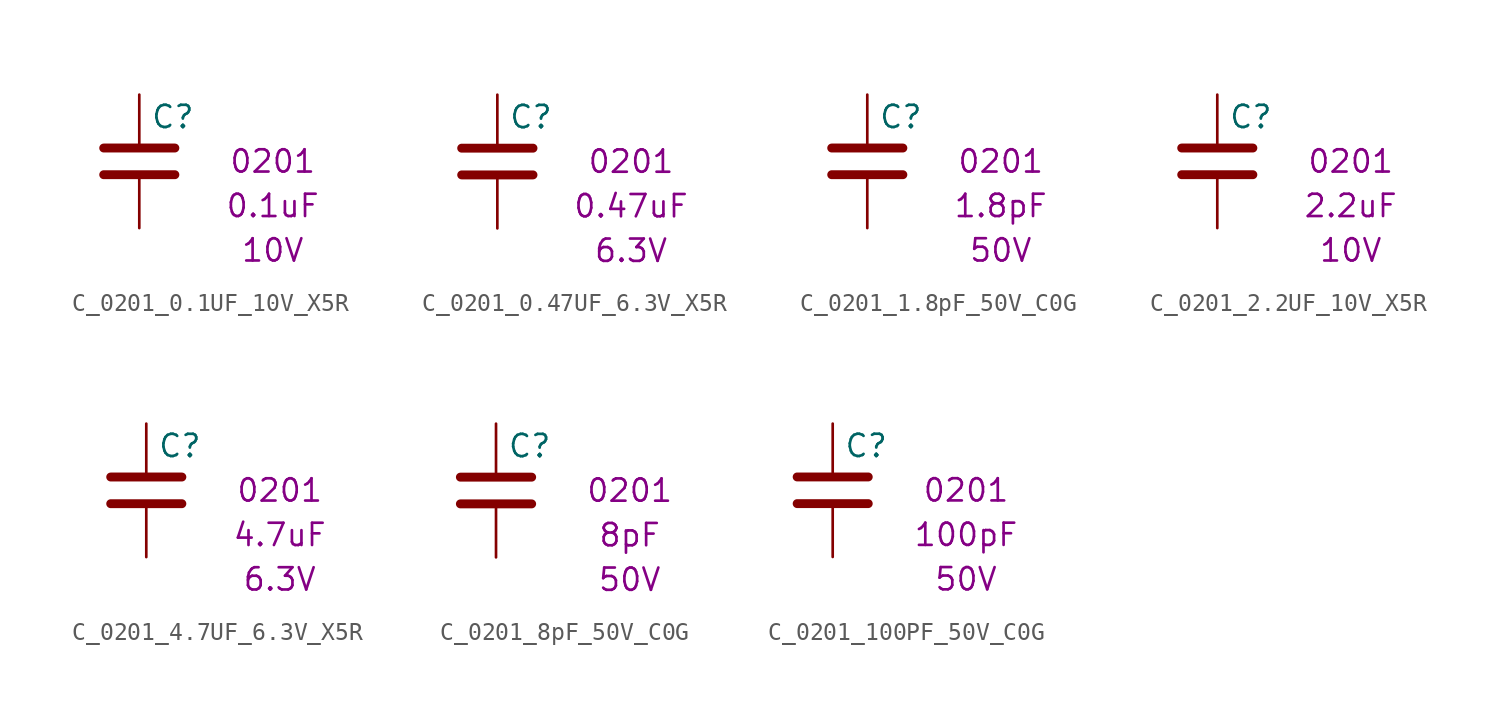
<source format=kicad_sym>
(kicad_symbol_lib
  (version 20211014)
  (generator kicad_symbol_editor)
  (symbol "C_0201_0.1UF_10V_X5R"
    (pin_numbers hide)
    (pin_names
      (offset 0.254))
    (property "Reference" "C"
      (at 0.635 3.81 0)
      (effects (font (size 1.27 1.27)) (justify left)))
    (property "Voltage" "10V"
      (at 7.62 -3.81 0)
      (effects (font (size 1.27 1.27))))
    (property "Cap_value" "0.1uF"
      (at 7.62 -1.27 0)
      (effects (font (size 1.27 1.27))))
    (property "Size" "0201"
      (at 7.62 1.27 0)
      (effects (font (size 1.27 1.27))))
    (symbol "C_0201_0.1UF_10V_X5R_0_1"
      (polyline (pts (xy -2.032 0.508) (xy 2.032 0.508)) (stroke (width 0.508) (type default) (color 0 0 0 0)) (fill (type none)))
      (polyline (pts (xy -2.032 2.032) (xy 2.032 2.032)) (stroke (width 0.508) (type default) (color 0 0 0 0)) (fill (type none))))
    (symbol "C_0201_0.1UF_10V_X5R_1_1"
      (pin passive line (at 0 5.08 270) (length 2.794) (name "~" (effects (font (size 1.27 1.27)))) (number "1" (effects (font (size 1.27 1.27)))))
      (pin passive line (at 0 -2.54 90) (length 2.794) (name "~" (effects (font (size 1.27 1.27)))) (number "2" (effects (font (size 1.27 1.27)))))))
  (symbol "C_0201_0.47UF_6.3V_X5R"
    (pin_numbers hide)
    (pin_names
      (offset 0.254))
    (property "Reference" "C"
      (at 0.635 3.81 0)
      (effects (font (size 1.27 1.27)) (justify left)))
    (property "Voltage" "6.3V"
      (at 7.62 -3.81 0)
      (effects (font (size 1.27 1.27))))
    (property "Cap_value" "0.47uF"
      (at 7.62 -1.27 0)
      (effects (font (size 1.27 1.27))))
    (property "Size" "0201"
      (at 7.62 1.27 0)
      (effects (font (size 1.27 1.27))))
    (symbol "C_0201_0.47UF_6.3V_X5R_0_1"
      (polyline (pts (xy -2.032 0.508) (xy 2.032 0.508)) (stroke (width 0.508) (type default) (color 0 0 0 0)) (fill (type none)))
      (polyline (pts (xy -2.032 2.032) (xy 2.032 2.032)) (stroke (width 0.508) (type default) (color 0 0 0 0)) (fill (type none))))
    (symbol "C_0201_0.47UF_6.3V_X5R_1_1"
      (pin passive line (at 0 5.08 270) (length 2.794) (name "~" (effects (font (size 1.27 1.27)))) (number "1" (effects (font (size 1.27 1.27)))))
      (pin passive line (at 0 -2.54 90) (length 2.794) (name "~" (effects (font (size 1.27 1.27)))) (number "2" (effects (font (size 1.27 1.27)))))))
  (symbol "C_0201_1.8pF_50V_C0G"
    (pin_numbers hide)
    (pin_names
      (offset 0.254))
    (property "Reference" "C"
      (at 0.635 3.81 0)
      (effects (font (size 1.27 1.27)) (justify left)))
    (property "Voltage" "50V"
      (at 7.62 -3.81 0)
      (effects (font (size 1.27 1.27))))
    (property "Cap_value" "1.8pF"
      (at 7.62 -1.27 0)
      (effects (font (size 1.27 1.27))))
    (property "Size" "0201"
      (at 7.62 1.27 0)
      (effects (font (size 1.27 1.27))))
    (symbol "C_0201_1.8pF_50V_C0G_0_1"
      (polyline (pts (xy -2.032 0.508) (xy 2.032 0.508)) (stroke (width 0.508) (type default) (color 0 0 0 0)) (fill (type none)))
      (polyline (pts (xy -2.032 2.032) (xy 2.032 2.032)) (stroke (width 0.508) (type default) (color 0 0 0 0)) (fill (type none))))
    (symbol "C_0201_1.8pF_50V_C0G_1_1"
      (pin passive line (at 0 5.08 270) (length 2.794) (name "~" (effects (font (size 1.27 1.27)))) (number "1" (effects (font (size 1.27 1.27)))))
      (pin passive line (at 0 -2.54 90) (length 2.794) (name "~" (effects (font (size 1.27 1.27)))) (number "2" (effects (font (size 1.27 1.27)))))))
  (symbol "C_0201_2.2UF_10V_X5R"
    (pin_numbers hide)
    (pin_names
      (offset 0.254))
    (property "Reference" "C"
      (at 0.635 3.81 0)
      (effects (font (size 1.27 1.27)) (justify left)))
    (property "Voltage" "10V"
      (at 7.62 -3.81 0)
      (effects (font (size 1.27 1.27))))
    (property "Cap_value" "2.2uF"
      (at 7.62 -1.27 0)
      (effects (font (size 1.27 1.27))))
    (property "Size" "0201"
      (at 7.62 1.27 0)
      (effects (font (size 1.27 1.27))))
    (symbol "C_0201_2.2UF_10V_X5R_0_1"
      (polyline (pts (xy -2.032 0.508) (xy 2.032 0.508)) (stroke (width 0.508) (type default) (color 0 0 0 0)) (fill (type none)))
      (polyline (pts (xy -2.032 2.032) (xy 2.032 2.032)) (stroke (width 0.508) (type default) (color 0 0 0 0)) (fill (type none))))
    (symbol "C_0201_2.2UF_10V_X5R_1_1"
      (pin passive line (at 0 5.08 270) (length 2.794) (name "~" (effects (font (size 1.27 1.27)))) (number "1" (effects (font (size 1.27 1.27)))))
      (pin passive line (at 0 -2.54 90) (length 2.794) (name "~" (effects (font (size 1.27 1.27)))) (number "2" (effects (font (size 1.27 1.27)))))))
  (symbol "C_0201_4.7UF_6.3V_X5R"
    (pin_numbers hide)
    (pin_names
      (offset 0.254))
    (property "Reference" "C"
      (at 0.635 3.81 0)
      (effects (font (size 1.27 1.27)) (justify left)))
    (property "Voltage" "6.3V"
      (at 7.62 -3.81 0)
      (effects (font (size 1.27 1.27))))
    (property "Cap_value" "4.7uF"
      (at 7.62 -1.27 0)
      (effects (font (size 1.27 1.27))))
    (property "Size" "0201"
      (at 7.62 1.27 0)
      (effects (font (size 1.27 1.27))))
    (symbol "C_0201_4.7UF_6.3V_X5R_0_1"
      (polyline (pts (xy -2.032 0.508) (xy 2.032 0.508)) (stroke (width 0.508) (type default) (color 0 0 0 0)) (fill (type none)))
      (polyline (pts (xy -2.032 2.032) (xy 2.032 2.032)) (stroke (width 0.508) (type default) (color 0 0 0 0)) (fill (type none))))
    (symbol "C_0201_4.7UF_6.3V_X5R_1_1"
      (pin passive line (at 0 5.08 270) (length 2.794) (name "~" (effects (font (size 1.27 1.27)))) (number "1" (effects (font (size 1.27 1.27)))))
      (pin passive line (at 0 -2.54 90) (length 2.794) (name "~" (effects (font (size 1.27 1.27)))) (number "2" (effects (font (size 1.27 1.27)))))))
  (symbol "C_0201_8pF_50V_C0G"
    (pin_numbers hide)
    (pin_names
      (offset 0.254))
    (property "Reference" "C"
      (at 0.635 3.81 0)
      (effects (font (size 1.27 1.27)) (justify left)))
    (property "Voltage" "50V"
      (at 7.62 -3.81 0)
      (effects (font (size 1.27 1.27))))
    (property "Cap_value" "8pF"
      (at 7.62 -1.27 0)
      (effects (font (size 1.27 1.27))))
    (property "Size" "0201"
      (at 7.62 1.27 0)
      (effects (font (size 1.27 1.27))))
    (symbol "C_0201_8pF_50V_C0G_0_1"
      (polyline (pts (xy -2.032 0.508) (xy 2.032 0.508)) (stroke (width 0.508) (type default) (color 0 0 0 0)) (fill (type none)))
      (polyline (pts (xy -2.032 2.032) (xy 2.032 2.032)) (stroke (width 0.508) (type default) (color 0 0 0 0)) (fill (type none))))
    (symbol "C_0201_8pF_50V_C0G_1_1"
      (pin passive line (at 0 5.08 270) (length 2.794) (name "~" (effects (font (size 1.27 1.27)))) (number "1" (effects (font (size 1.27 1.27)))))
      (pin passive line (at 0 -2.54 90) (length 2.794) (name "~" (effects (font (size 1.27 1.27)))) (number "2" (effects (font (size 1.27 1.27)))))))
  (symbol "C_0201_100PF_50V_C0G"
    (pin_numbers hide)
    (pin_names
      (offset 0.254))
    (property "Reference" "C"
      (at 0.635 3.81 0)
      (effects (font (size 1.27 1.27)) (justify left)))
    (property "Voltage" "50V"
      (at 7.62 -3.81 0)
      (effects (font (size 1.27 1.27))))
    (property "Cap_value" "100pF"
      (at 7.62 -1.27 0)
      (effects (font (size 1.27 1.27))))
    (property "Size" "0201"
      (at 7.62 1.27 0)
      (effects (font (size 1.27 1.27))))
    (symbol "C_0201_100PF_50V_C0G_0_1"
      (polyline (pts (xy -2.032 0.508) (xy 2.032 0.508)) (stroke (width 0.508) (type default) (color 0 0 0 0)) (fill (type none)))
      (polyline (pts (xy -2.032 2.032) (xy 2.032 2.032)) (stroke (width 0.508) (type default) (color 0 0 0 0)) (fill (type none))))
    (symbol "C_0201_100PF_50V_C0G_1_1"
      (pin passive line (at 0 5.08 270) (length 2.794) (name "~" (effects (font (size 1.27 1.27)))) (number "1" (effects (font (size 1.27 1.27)))))
      (pin passive line (at 0 -2.54 90) (length 2.794) (name "~" (effects (font (size 1.27 1.27)))) (number "2" (effects (font (size 1.27 1.27))))))))
</source>
